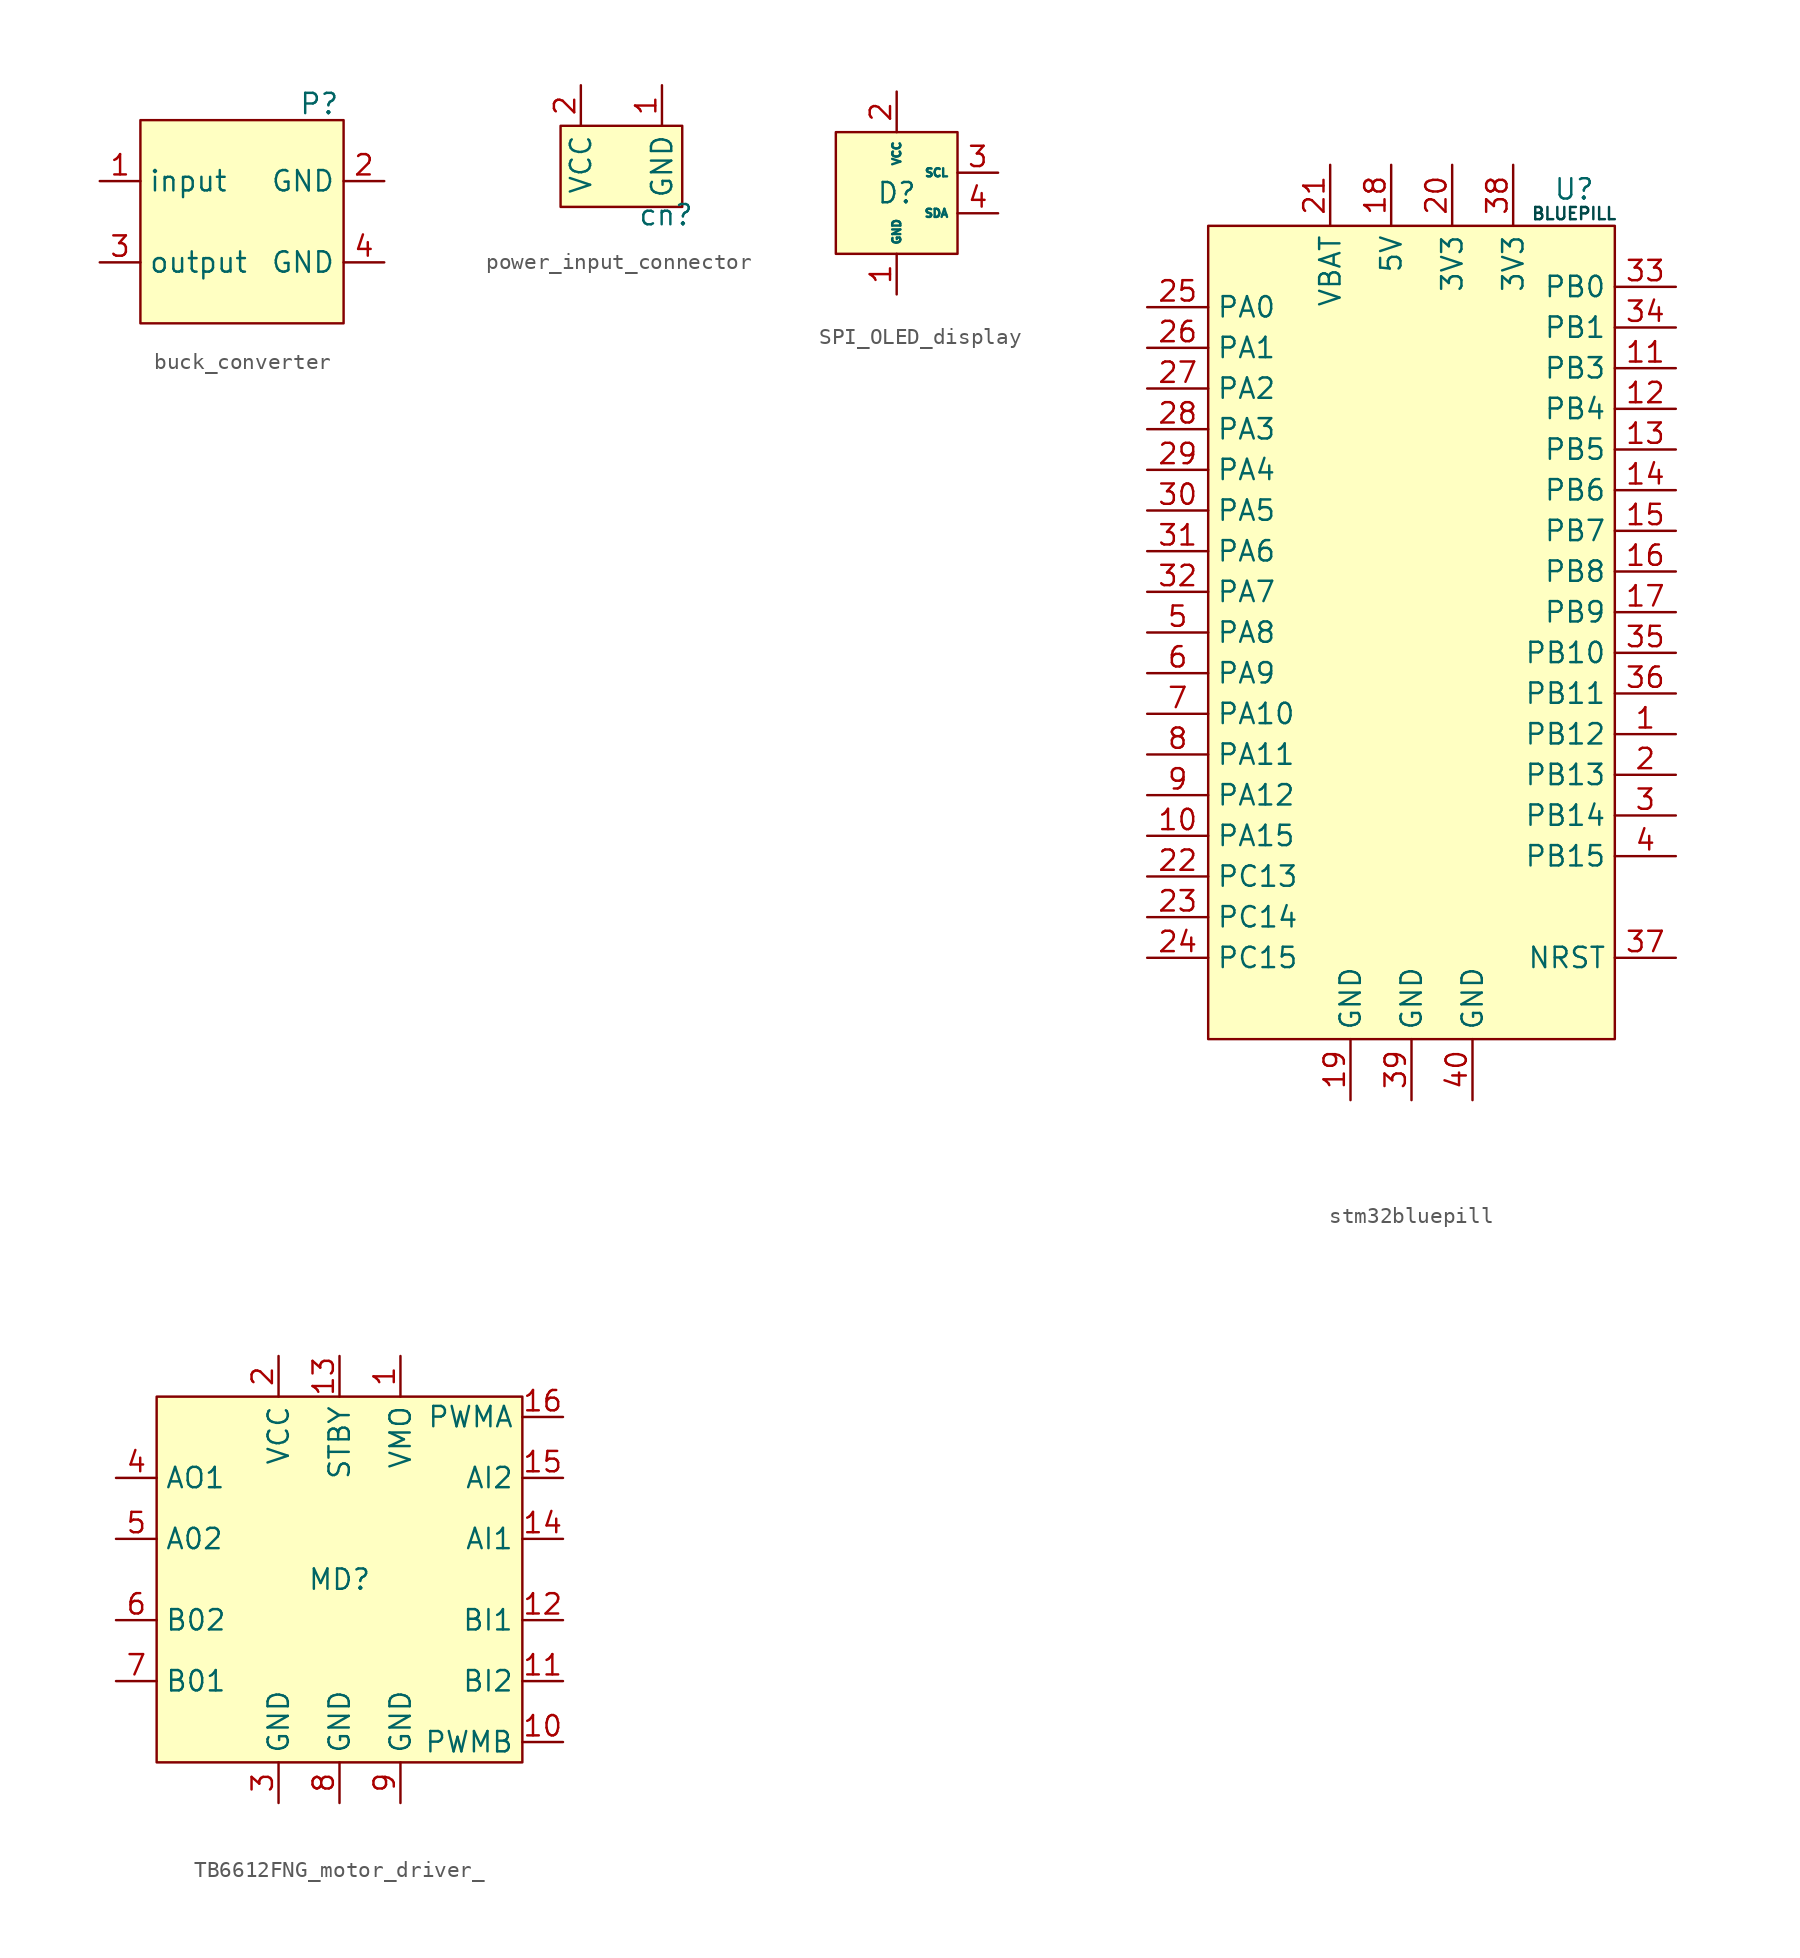
<source format=kicad_sym>
(kicad_symbol_lib
  (version 20231120)
  (generator "kicad_symbol_editor")
  (generator_version "8.0")
  (symbol "buck_converter"
    (property "Reference" "P"
      (at 4.826 7.366 0)
      (effects (font (size 1.27 1.27))))
    (property "Value" ""
      (at 0 0 0)
      (effects (font (size 1.27 1.27))))
    (symbol "buck_converter_1_1"
      (rectangle (start -6.35 6.35) (end 6.35 -6.35) (stroke (width 0) (type default)) (fill (type background)))
      (pin input line (at -8.89 2.54 0) (length 2.54) (name "input" (effects (font (size 1.27 1.27)))) (number "1" (effects (font (size 1.27 1.27)))))
      (pin input line (at 8.89 2.54 180) (length 2.54) (name "GND" (effects (font (size 1.27 1.27)))) (number "2" (effects (font (size 1.27 1.27)))))
      (pin input line (at -8.89 -2.54 0) (length 2.54) (name "output" (effects (font (size 1.27 1.27)))) (number "3" (effects (font (size 1.27 1.27)))))
      (pin input line (at 8.89 -2.54 180) (length 2.54) (name "GND" (effects (font (size 1.27 1.27)))) (number "4" (effects (font (size 1.27 1.27)))))))
  (symbol "power_input_connector"
    (property "Reference" "cn"
      (at 2.794 -3.048 0)
      (effects (font (size 1.27 1.27))))
    (property "Value" ""
      (at 0 0 0)
      (effects (font (size 1.27 1.27))))
    (symbol "power_input_connector_1_1"
      (rectangle (start -3.81 2.54) (end 3.81 -2.54) (stroke (width 0) (type default)) (fill (type background)))
      (pin input line (at 2.54 5.08 270) (length 2.54) (name "GND" (effects (font (size 1.27 1.27)))) (number "1" (effects (font (size 1.27 1.27)))))
      (pin input line (at -2.54 5.08 270) (length 2.54) (name "VCC" (effects (font (size 1.27 1.27)))) (number "2" (effects (font (size 1.27 1.27)))))))
  (symbol "SPI_OLED_display"
    (property "Reference" "D"
      (at 0 0 0)
      (effects (font (size 1.27 1.27))))
    (property "Value" ""
      (at 0 0 0)
      (effects (font (size 1.27 1.27))))
    (symbol "SPI_OLED_display_1_1"
      (rectangle (start -3.81 3.81) (end 3.81 -3.81) (stroke (width 0) (type default)) (fill (type background)))
      (pin input line (at 0 -6.35 90) (length 2.54) (name "GND" (effects (font (size 0.508 0.508)))) (number "1" (effects (font (size 1.27 1.27)))))
      (pin power_in line (at 0 6.35 270) (length 2.54) (name "VCC" (effects (font (size 0.508 0.508)))) (number "2" (effects (font (size 1.27 1.27)))))
      (pin input line (at 6.35 1.27 180) (length 2.54) (name "SCL" (effects (font (size 0.508 0.508)))) (number "3" (effects (font (size 1.27 1.27)))))
      (pin input line (at 6.35 -1.27 180) (length 2.54) (name "SDA" (effects (font (size 0.508 0.508)))) (number "4" (effects (font (size 1.27 1.27)))))))
  (symbol "stm32bluepill"
    (property "Reference" "U"
      (at 10.16 27.686 0)
      (effects (font (size 1.27 1.27))))
    (property "Value" ""
      (at 0 0 0)
      (effects (font (size 1.27 1.27))))
    (symbol "stm32bluepill_1_1"
      (rectangle (start -12.7 25.4) (end 12.7 -25.4) (stroke (width 0) (type default)) (fill (type background)))
      (text "BLUEPILL" (at 10.16 26.162 0) (effects (font (size 0.762 0.762) (color 0 72 72 1))))
      (pin bidirectional line (at 16.51 -6.35 180) (length 3.81) (name "PB12" (effects (font (size 1.27 1.27)))) (number "1" (effects (font (size 1.27 1.27)))))
      (pin bidirectional line (at -16.51 -12.7 0) (length 3.81) (name "PA15" (effects (font (size 1.27 1.27)))) (number "10" (effects (font (size 1.27 1.27)))))
      (pin bidirectional line (at 16.51 16.51 180) (length 3.81) (name "PB3" (effects (font (size 1.27 1.27)))) (number "11" (effects (font (size 1.27 1.27)))))
      (pin bidirectional line (at 16.51 13.97 180) (length 3.81) (name "PB4" (effects (font (size 1.27 1.27)))) (number "12" (effects (font (size 1.27 1.27)))))
      (pin bidirectional line (at 16.51 11.43 180) (length 3.81) (name "PB5" (effects (font (size 1.27 1.27)))) (number "13" (effects (font (size 1.27 1.27)))))
      (pin bidirectional line (at 16.51 8.89 180) (length 3.81) (name "PB6" (effects (font (size 1.27 1.27)))) (number "14" (effects (font (size 1.27 1.27)))))
      (pin bidirectional line (at 16.51 6.35 180) (length 3.81) (name "PB7" (effects (font (size 1.27 1.27)))) (number "15" (effects (font (size 1.27 1.27)))))
      (pin bidirectional line (at 16.51 3.81 180) (length 3.81) (name "PB8" (effects (font (size 1.27 1.27)))) (number "16" (effects (font (size 1.27 1.27)))))
      (pin bidirectional line (at 16.51 1.27 180) (length 3.81) (name "PB9" (effects (font (size 1.27 1.27)))) (number "17" (effects (font (size 1.27 1.27)))))
      (pin power_in line (at -1.27 29.21 270) (length 3.81) (name "5V" (effects (font (size 1.27 1.27)))) (number "18" (effects (font (size 1.27 1.27)))))
      (pin power_in line (at -3.81 -29.21 90) (length 3.81) (name "GND" (effects (font (size 1.27 1.27)))) (number "19" (effects (font (size 1.27 1.27)))))
      (pin bidirectional line (at 16.51 -8.89 180) (length 3.81) (name "PB13" (effects (font (size 1.27 1.27)))) (number "2" (effects (font (size 1.27 1.27)))))
      (pin power_out line (at 2.54 29.21 270) (length 3.81) (name "3V3" (effects (font (size 1.27 1.27)))) (number "20" (effects (font (size 1.27 1.27)))))
      (pin power_in line (at -5.08 29.21 270) (length 3.81) (name "VBAT" (effects (font (size 1.27 1.27)))) (number "21" (effects (font (size 1.27 1.27)))))
      (pin bidirectional line (at -16.51 -15.24 0) (length 3.81) (name "PC13" (effects (font (size 1.27 1.27)))) (number "22" (effects (font (size 1.27 1.27)))))
      (pin bidirectional line (at -16.51 -17.78 0) (length 3.81) (name "PC14" (effects (font (size 1.27 1.27)))) (number "23" (effects (font (size 1.27 1.27)))))
      (pin bidirectional line (at -16.51 -20.32 0) (length 3.81) (name "PC15" (effects (font (size 1.27 1.27)))) (number "24" (effects (font (size 1.27 1.27)))))
      (pin bidirectional line (at -16.51 20.32 0) (length 3.81) (name "PA0" (effects (font (size 1.27 1.27)))) (number "25" (effects (font (size 1.27 1.27)))))
      (pin bidirectional line (at -16.51 17.78 0) (length 3.81) (name "PA1" (effects (font (size 1.27 1.27)))) (number "26" (effects (font (size 1.27 1.27)))))
      (pin bidirectional line (at -16.51 15.24 0) (length 3.81) (name "PA2" (effects (font (size 1.27 1.27)))) (number "27" (effects (font (size 1.27 1.27)))))
      (pin bidirectional line (at -16.51 12.7 0) (length 3.81) (name "PA3" (effects (font (size 1.27 1.27)))) (number "28" (effects (font (size 1.27 1.27)))))
      (pin bidirectional line (at -16.51 10.16 0) (length 3.81) (name "PA4" (effects (font (size 1.27 1.27)))) (number "29" (effects (font (size 1.27 1.27)))))
      (pin bidirectional line (at 16.51 -11.43 180) (length 3.81) (name "PB14" (effects (font (size 1.27 1.27)))) (number "3" (effects (font (size 1.27 1.27)))))
      (pin bidirectional line (at -16.51 7.62 0) (length 3.81) (name "PA5" (effects (font (size 1.27 1.27)))) (number "30" (effects (font (size 1.27 1.27)))))
      (pin bidirectional line (at -16.51 5.08 0) (length 3.81) (name "PA6" (effects (font (size 1.27 1.27)))) (number "31" (effects (font (size 1.27 1.27)))))
      (pin bidirectional line (at -16.51 2.54 0) (length 3.81) (name "PA7" (effects (font (size 1.27 1.27)))) (number "32" (effects (font (size 1.27 1.27)))))
      (pin bidirectional line (at 16.51 21.59 180) (length 3.81) (name "PB0" (effects (font (size 1.27 1.27)))) (number "33" (effects (font (size 1.27 1.27)))))
      (pin bidirectional line (at 16.51 19.05 180) (length 3.81) (name "PB1" (effects (font (size 1.27 1.27)))) (number "34" (effects (font (size 1.27 1.27)))))
      (pin bidirectional line (at 16.51 -1.27 180) (length 3.81) (name "PB10" (effects (font (size 1.27 1.27)))) (number "35" (effects (font (size 1.27 1.27)))))
      (pin bidirectional line (at 16.51 -3.81 180) (length 3.81) (name "PB11" (effects (font (size 1.27 1.27)))) (number "36" (effects (font (size 1.27 1.27)))))
      (pin bidirectional line (at 16.51 -20.32 180) (length 3.81) (name "NRST" (effects (font (size 1.27 1.27)))) (number "37" (effects (font (size 1.27 1.27)))))
      (pin power_out line (at 6.35 29.21 270) (length 3.81) (name "3V3" (effects (font (size 1.27 1.27)))) (number "38" (effects (font (size 1.27 1.27)))))
      (pin power_in line (at 0 -29.21 90) (length 3.81) (name "GND" (effects (font (size 1.27 1.27)))) (number "39" (effects (font (size 1.27 1.27)))))
      (pin bidirectional line (at 16.51 -13.97 180) (length 3.81) (name "PB15" (effects (font (size 1.27 1.27)))) (number "4" (effects (font (size 1.27 1.27)))))
      (pin power_in line (at 3.81 -29.21 90) (length 3.81) (name "GND" (effects (font (size 1.27 1.27)))) (number "40" (effects (font (size 1.27 1.27)))))
      (pin bidirectional line (at -16.51 0 0) (length 3.81) (name "PA8" (effects (font (size 1.27 1.27)))) (number "5" (effects (font (size 1.27 1.27)))))
      (pin bidirectional line (at -16.51 -2.54 0) (length 3.81) (name "PA9" (effects (font (size 1.27 1.27)))) (number "6" (effects (font (size 1.27 1.27)))))
      (pin bidirectional line (at -16.51 -5.08 0) (length 3.81) (name "PA10" (effects (font (size 1.27 1.27)))) (number "7" (effects (font (size 1.27 1.27)))))
      (pin bidirectional line (at -16.51 -7.62 0) (length 3.81) (name "PA11" (effects (font (size 1.27 1.27)))) (number "8" (effects (font (size 1.27 1.27)))))
      (pin bidirectional line (at -16.51 -10.16 0) (length 3.81) (name "PA12" (effects (font (size 1.27 1.27)))) (number "9" (effects (font (size 1.27 1.27)))))))
  (symbol "TB6612FNG_motor_driver_"
    (property "Reference" "MD"
      (at 0 0 0)
      (effects (font (size 1.27 1.27))))
    (property "Value" ""
      (at 0 0 0)
      (effects (font (size 1.27 1.27))))
    (symbol "TB6612FNG_motor_driver__1_1"
      (rectangle (start -11.43 11.43) (end 11.43 -11.43) (stroke (width 0) (type default)) (fill (type background)))
      (pin power_in line (at 3.81 13.97 270) (length 2.54) (name "VMO" (effects (font (size 1.27 1.27)))) (number "1" (effects (font (size 1.27 1.27)))))
      (pin input line (at 13.97 -10.16 180) (length 2.54) (name "PWMB" (effects (font (size 1.27 1.27)))) (number "10" (effects (font (size 1.27 1.27)))))
      (pin input line (at 13.97 -6.35 180) (length 2.54) (name "BI2" (effects (font (size 1.27 1.27)))) (number "11" (effects (font (size 1.27 1.27)))))
      (pin input line (at 13.97 -2.54 180) (length 2.54) (name "BI1" (effects (font (size 1.27 1.27)))) (number "12" (effects (font (size 1.27 1.27)))))
      (pin input line (at 0 13.97 270) (length 2.54) (name "STBY" (effects (font (size 1.27 1.27)))) (number "13" (effects (font (size 1.27 1.27)))))
      (pin input line (at 13.97 2.54 180) (length 2.54) (name "AI1" (effects (font (size 1.27 1.27)))) (number "14" (effects (font (size 1.27 1.27)))))
      (pin input line (at 13.97 6.35 180) (length 2.54) (name "AI2" (effects (font (size 1.27 1.27)))) (number "15" (effects (font (size 1.27 1.27)))))
      (pin input line (at 13.97 10.16 180) (length 2.54) (name "PWMA" (effects (font (size 1.27 1.27)))) (number "16" (effects (font (size 1.27 1.27)))))
      (pin power_out line (at -3.81 13.97 270) (length 2.54) (name "VCC" (effects (font (size 1.27 1.27)))) (number "2" (effects (font (size 1.27 1.27)))))
      (pin power_in line (at -3.81 -13.97 90) (length 2.54) (name "GND" (effects (font (size 1.27 1.27)))) (number "3" (effects (font (size 1.27 1.27)))))
      (pin input line (at -13.97 6.35 0) (length 2.54) (name "AO1" (effects (font (size 1.27 1.27)))) (number "4" (effects (font (size 1.27 1.27)))))
      (pin input line (at -13.97 2.54 0) (length 2.54) (name "A02" (effects (font (size 1.27 1.27)))) (number "5" (effects (font (size 1.27 1.27)))))
      (pin input line (at -13.97 -2.54 0) (length 2.54) (name "B02" (effects (font (size 1.27 1.27)))) (number "6" (effects (font (size 1.27 1.27)))))
      (pin input line (at -13.97 -6.35 0) (length 2.54) (name "B01" (effects (font (size 1.27 1.27)))) (number "7" (effects (font (size 1.27 1.27)))))
      (pin power_in line (at 0 -13.97 90) (length 2.54) (name "GND" (effects (font (size 1.27 1.27)))) (number "8" (effects (font (size 1.27 1.27)))))
      (pin power_in line (at 3.81 -13.97 90) (length 2.54) (name "GND" (effects (font (size 1.27 1.27)))) (number "9" (effects (font (size 1.27 1.27))))))))
</source>
